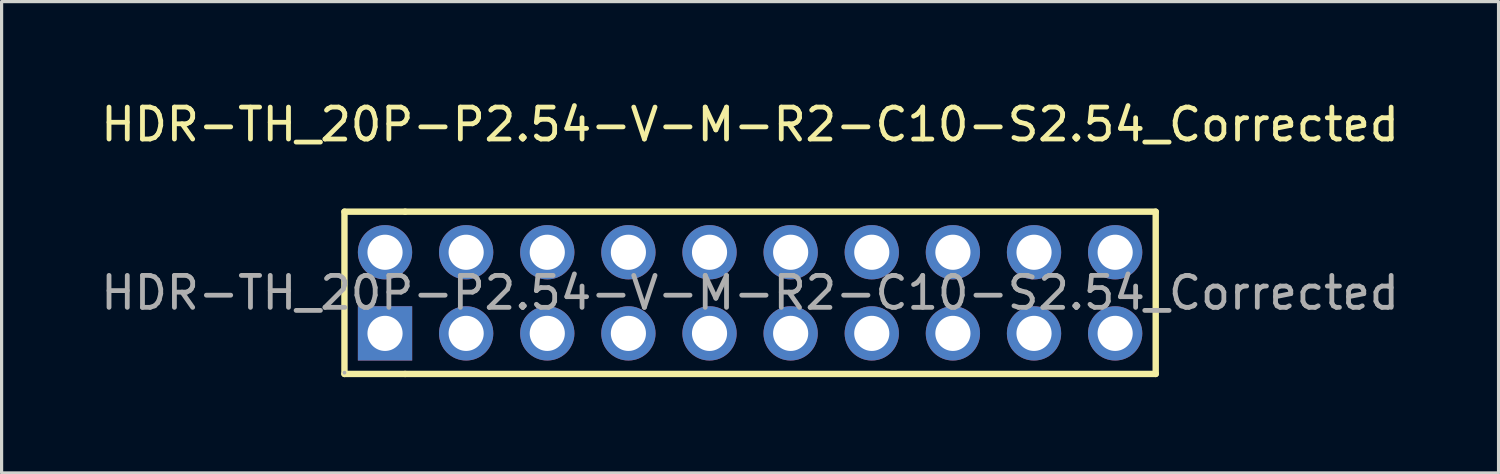
<source format=kicad_pcb>
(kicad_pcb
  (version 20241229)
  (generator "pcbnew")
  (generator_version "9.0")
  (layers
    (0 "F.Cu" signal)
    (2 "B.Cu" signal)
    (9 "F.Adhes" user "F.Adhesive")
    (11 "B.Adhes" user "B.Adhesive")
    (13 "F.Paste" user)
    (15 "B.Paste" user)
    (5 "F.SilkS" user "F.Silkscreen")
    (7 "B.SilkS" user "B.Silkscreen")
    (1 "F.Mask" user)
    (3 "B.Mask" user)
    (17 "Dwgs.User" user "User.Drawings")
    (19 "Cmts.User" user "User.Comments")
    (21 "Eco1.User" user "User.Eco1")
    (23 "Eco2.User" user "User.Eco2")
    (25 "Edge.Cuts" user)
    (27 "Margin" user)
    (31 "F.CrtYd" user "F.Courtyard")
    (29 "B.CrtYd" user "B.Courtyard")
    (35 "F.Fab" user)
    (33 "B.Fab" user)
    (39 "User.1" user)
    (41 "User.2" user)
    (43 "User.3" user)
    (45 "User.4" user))
  (footprint "HDR-TH_20P-P2.54-V-M-R2-C10-S2.54_Corrected"
    (layer "F.Cu")
    (at 20.435 6.118)
    (property "Reference" "HDR-TH_20P-P2.54-V-M-R2-C10-S2.54_Corrected" (at 0 -5.27 0) (layer "F.SilkS") (effects (font (size 1 1) (thickness 0.15))))
    (attr through_hole)
    (fp_line (start -12.7 -2.54) (end -10.8 -2.54) (stroke (width 0.2) (type solid)) (layer "F.SilkS"))
    (fp_line (start -12.7 2.54) (end -12.7 -2.54) (stroke (width 0.2) (type solid)) (layer "F.SilkS"))
    (fp_line (start -10.8 -2.54) (end 12.7 -2.54) (stroke (width 0.2) (type solid)) (layer "F.SilkS"))
    (fp_line (start -10.8 2.54) (end -12.7 2.54) (stroke (width 0.2) (type solid)) (layer "F.SilkS"))
    (fp_line (start 12.7 -2.54) (end 12.7 2.54) (stroke (width 0.2) (type solid)) (layer "F.SilkS"))
    (fp_line (start 12.7 2.54) (end -10.8 2.54) (stroke (width 0.2) (type solid)) (layer "F.SilkS"))
    (fp_circle (center -12.7 2.5) (end -12.67 2.5) (stroke (width 0.06) (type solid)) (fill no) (layer "F.Fab"))
    (fp_text user "${REFERENCE}" (at 0 0 0) (layer "F.Fab") (effects (font (size 1 1) (thickness 0.15))))
    (pad "1" thru_hole rect (at -11.43 1.27) (size 1.7 1.7) (drill 1.1) (layers "*.Cu" "*.Paste" "*.Mask"))
    (pad "2" thru_hole circle (at -11.43 -1.27) (size 1.7 1.7) (drill 1.1) (layers "*.Cu" "*.Paste" "*.Mask"))
    (pad "3" thru_hole circle (at -8.89 1.27) (size 1.7 1.7) (drill 1.1) (layers "*.Cu" "*.Paste" "*.Mask"))
    (pad "4" thru_hole circle (at -8.89 -1.27) (size 1.7 1.7) (drill 1.1) (layers "*.Cu" "*.Paste" "*.Mask"))
    (pad "5" thru_hole circle (at -6.35 1.27) (size 1.7 1.7) (drill 1.1) (layers "*.Cu" "*.Paste" "*.Mask"))
    (pad "6" thru_hole circle (at -6.35 -1.27) (size 1.7 1.7) (drill 1.1) (layers "*.Cu" "*.Paste" "*.Mask"))
    (pad "7" thru_hole circle (at -3.81 1.27) (size 1.7 1.7) (drill 1.1) (layers "*.Cu" "*.Paste" "*.Mask"))
    (pad "8" thru_hole circle (at -3.81 -1.27) (size 1.7 1.7) (drill 1.1) (layers "*.Cu" "*.Paste" "*.Mask"))
    (pad "9" thru_hole circle (at -1.27 1.27) (size 1.7 1.7) (drill 1.1) (layers "*.Cu" "*.Paste" "*.Mask"))
    (pad "10" thru_hole circle (at -1.27 -1.27) (size 1.7 1.7) (drill 1.1) (layers "*.Cu" "*.Paste" "*.Mask"))
    (pad "11" thru_hole circle (at 1.27 1.27) (size 1.7 1.7) (drill 1.1) (layers "*.Cu" "*.Paste" "*.Mask"))
    (pad "12" thru_hole circle (at 1.27 -1.27) (size 1.7 1.7) (drill 1.1) (layers "*.Cu" "*.Paste" "*.Mask"))
    (pad "13" thru_hole circle (at 3.81 1.27) (size 1.7 1.7) (drill 1.1) (layers "*.Cu" "*.Paste" "*.Mask"))
    (pad "14" thru_hole circle (at 3.81 -1.27) (size 1.7 1.7) (drill 1.1) (layers "*.Cu" "*.Paste" "*.Mask"))
    (pad "15" thru_hole circle (at 6.35 1.27) (size 1.7 1.7) (drill 1.1) (layers "*.Cu" "*.Paste" "*.Mask"))
    (pad "16" thru_hole circle (at 6.35 -1.27) (size 1.7 1.7) (drill 1.1) (layers "*.Cu" "*.Paste" "*.Mask"))
    (pad "17" thru_hole circle (at 8.89 1.27) (size 1.7 1.7) (drill 1.1) (layers "*.Cu" "*.Paste" "*.Mask"))
    (pad "18" thru_hole circle (at 8.89 -1.27) (size 1.7 1.7) (drill 1.1) (layers "*.Cu" "*.Paste" "*.Mask"))
    (pad "19" thru_hole circle (at 11.43 1.27) (size 1.7 1.7) (drill 1.1) (layers "*.Cu" "*.Paste" "*.Mask"))
    (pad "20" thru_hole circle (at 11.43 -1.27) (size 1.7 1.7) (drill 1.1) (layers "*.Cu" "*.Paste" "*.Mask")))
  (gr_rect
    (start -3 -3)
    (end 43.869 11.758)
    (stroke (width 0.1) (type default))
    (fill no)
    (layer "Edge.Cuts")))
</source>
